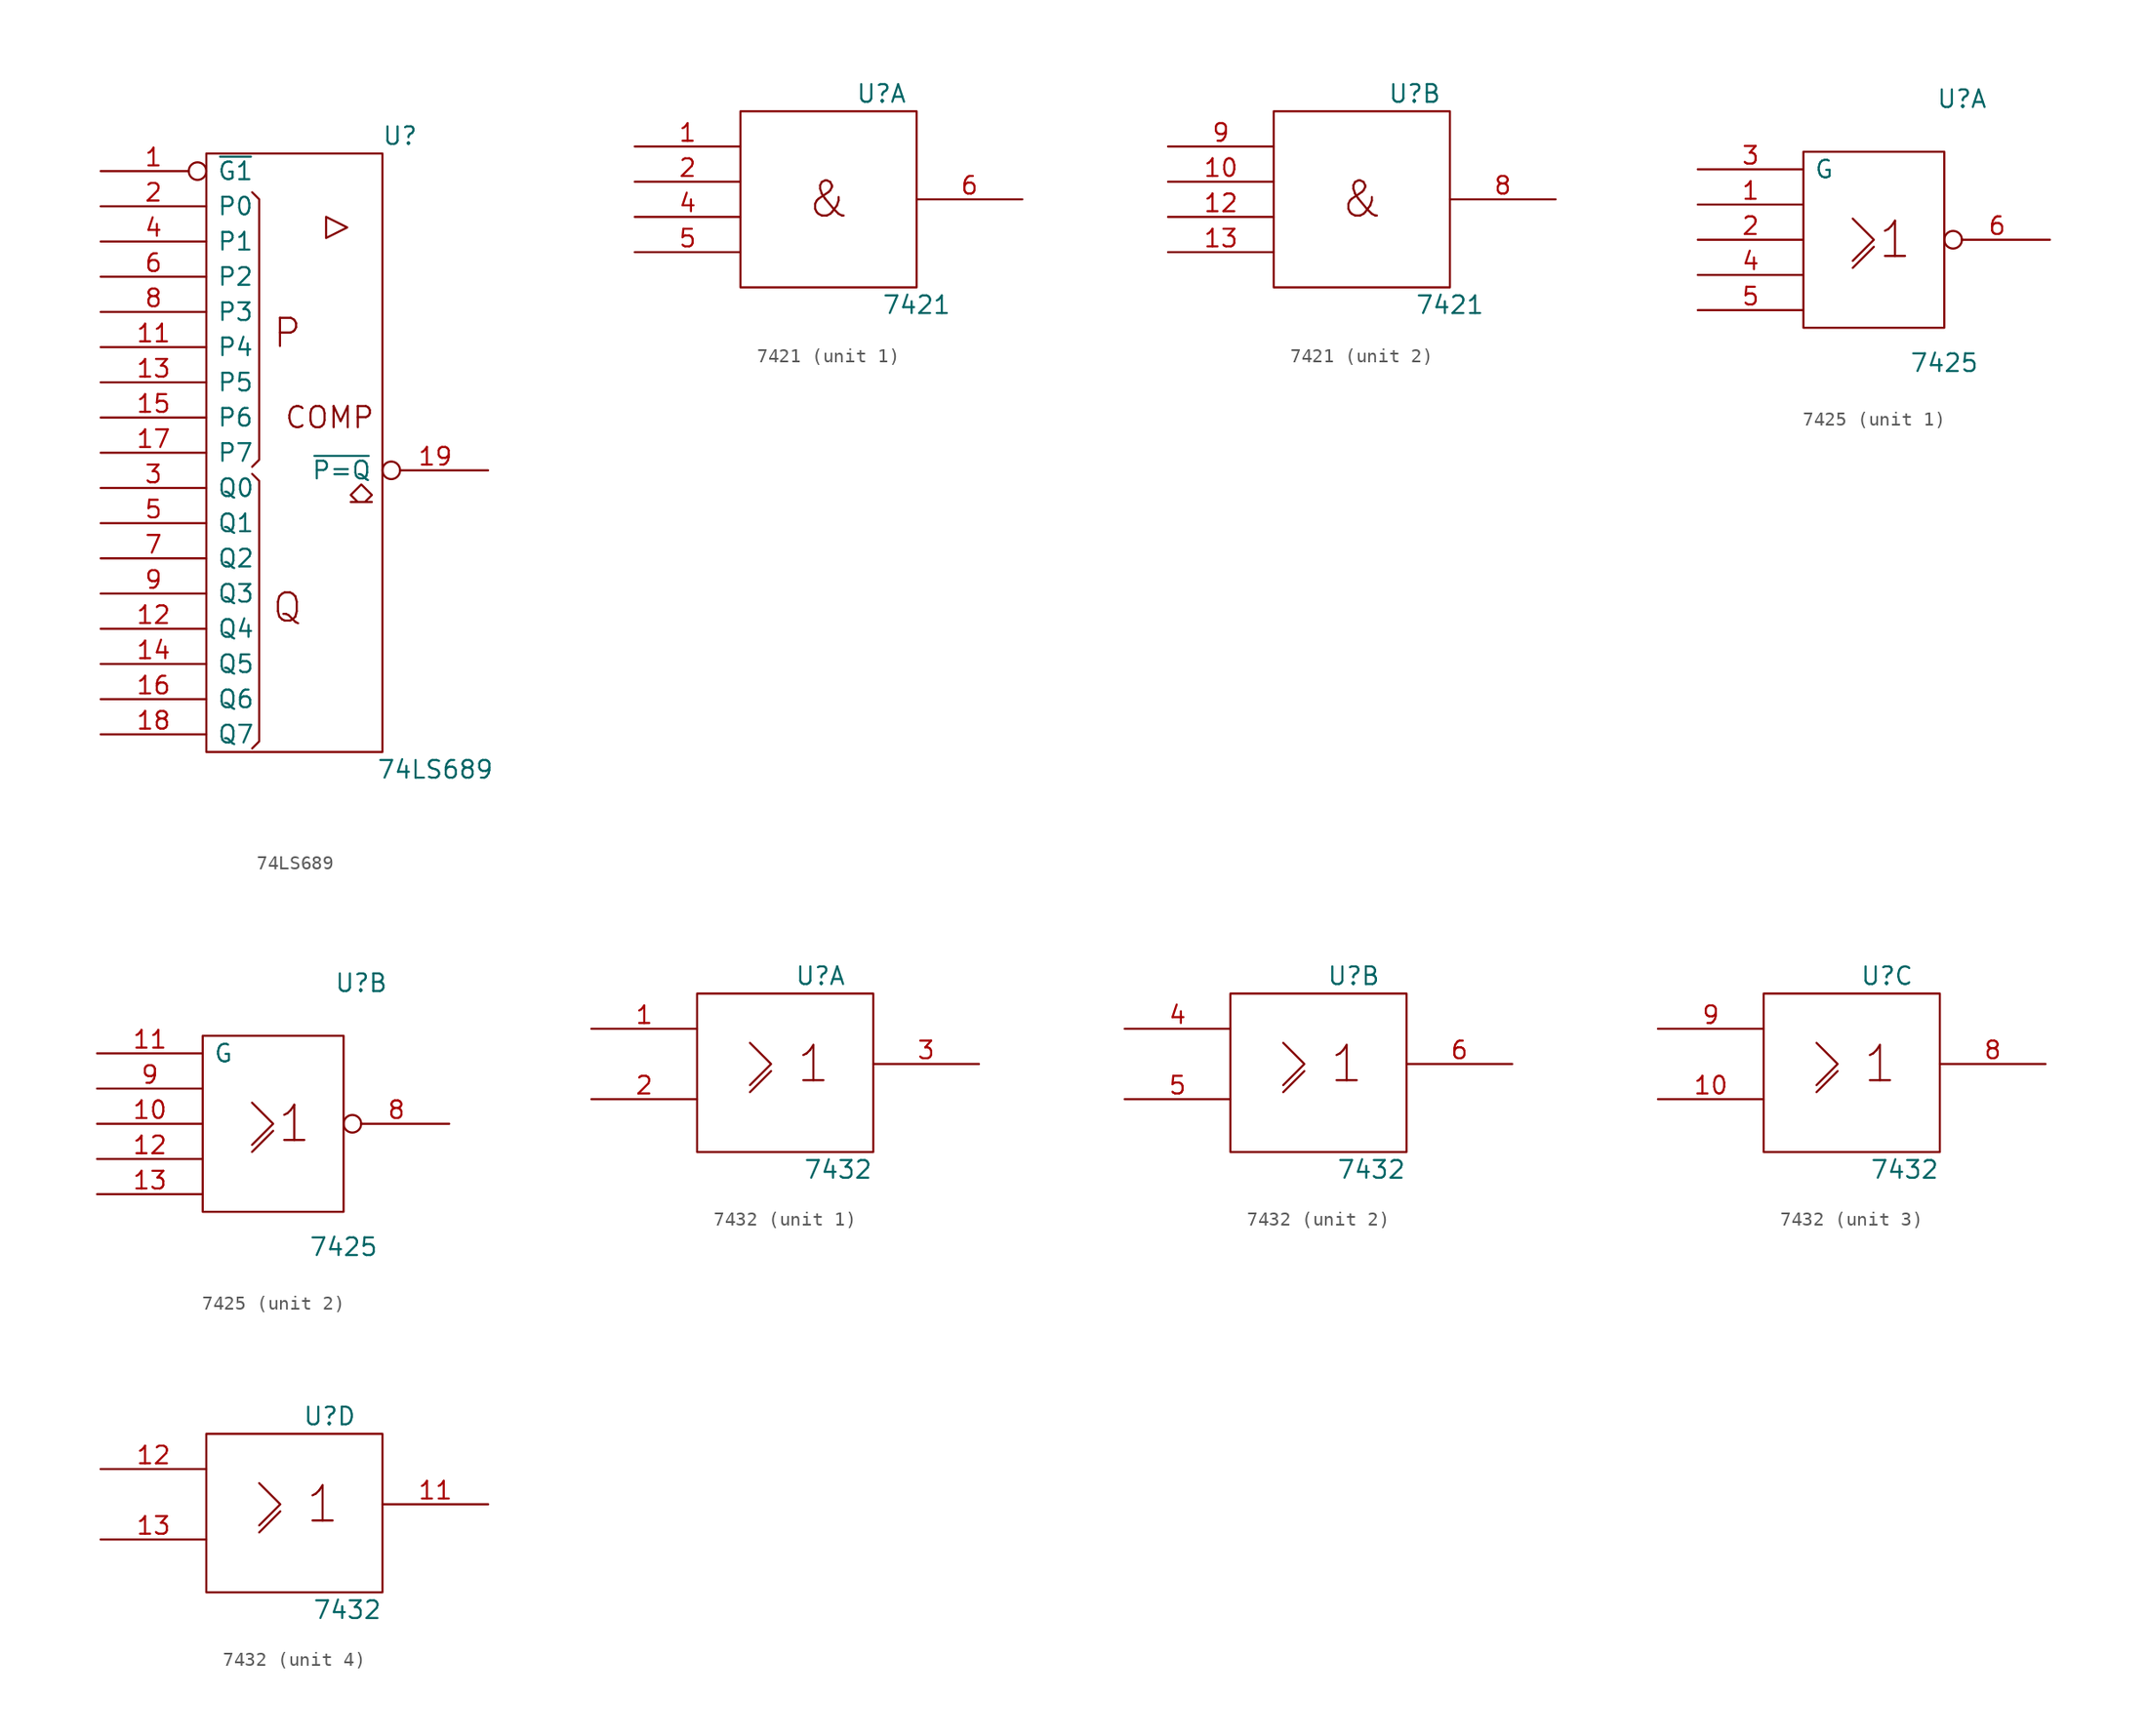
<source format=kicad_sym>
(kicad_symbol_lib
  (version 20201005)
  (generator kicad_symbol_editor)
  (symbol "74LS689"
    (pin_names
      (offset 0.762))
    (property "Reference" "U"
      (at 7.62 22.86 0)
      (effects (font (size 1.27 1.27))))
    (property "Value" "74LS689"
      (at 10.16 -22.86 0)
      (effects (font (size 1.27 1.27))))
    (symbol "74LS689_0_0"
      (text "Q" (at -0.508 -11.176 0) (effects (font (size 2.032 2.032))))
      (text "P" (at -0.508 8.636 0) (effects (font (size 2.032 2.032))))
      (text "COMP" (at 2.54 2.54 0) (effects (font (size 1.524 1.524))))
      (polyline (pts (xy 4.826 -2.286) (xy 5.588 -3.048) (xy 5.08 -3.556) (xy 5.588 -3.556) (xy 4.064 -3.556) (xy 4.572 -3.556) (xy 4.064 -3.048) (xy 4.826 -2.286) (xy 4.826 -2.286)) (stroke (width 0)) (fill (type none)))
      (polyline (pts (xy 2.286 17.018) (xy 2.286 15.494) (xy 3.81 16.256) (xy 2.286 17.018) (xy 2.286 17.018)) (stroke (width 0)) (fill (type none))))
    (symbol "74LS689_0_1"
      (rectangle (start -6.35 21.59) (end 6.35 -21.59) (stroke (width 0)) (fill (type none)))
      (polyline (pts (xy -3.048 -1.524) (xy -2.54 -2.032) (xy -2.54 -20.828) (xy -3.048 -21.336) (xy -3.048 -21.336)) (stroke (width 0)) (fill (type none)))
      (polyline (pts (xy -3.048 18.796) (xy -2.54 18.288) (xy -2.54 -0.508) (xy -3.048 -1.016) (xy -3.048 -1.016)) (stroke (width 0)) (fill (type none))))
    (symbol "74LS689_1_1"
      (pin power_in line (at 0 21.59 270) (length 0) hide (name "Vcc" (effects (font (size 1.27 1.27)))) (number "20" (effects (font (size 1.27 1.27)))))
      (pin output inverted (at 13.97 -1.27 180) (length 7.62) (name "~P=Q" (effects (font (size 1.27 1.27)))) (number "19" (effects (font (size 1.27 1.27)))))
      (pin input line (at -13.97 -20.32 0) (length 7.62) (name "Q7" (effects (font (size 1.27 1.27)))) (number "18" (effects (font (size 1.27 1.27)))))
      (pin input line (at -13.97 -17.78 0) (length 7.62) (name "Q6" (effects (font (size 1.27 1.27)))) (number "16" (effects (font (size 1.27 1.27)))))
      (pin input line (at -13.97 -15.24 0) (length 7.62) (name "Q5" (effects (font (size 1.27 1.27)))) (number "14" (effects (font (size 1.27 1.27)))))
      (pin input line (at -13.97 -12.7 0) (length 7.62) (name "Q4" (effects (font (size 1.27 1.27)))) (number "12" (effects (font (size 1.27 1.27)))))
      (pin input line (at -13.97 -10.16 0) (length 7.62) (name "Q3" (effects (font (size 1.27 1.27)))) (number "9" (effects (font (size 1.27 1.27)))))
      (pin input line (at -13.97 -7.62 0) (length 7.62) (name "Q2" (effects (font (size 1.27 1.27)))) (number "7" (effects (font (size 1.27 1.27)))))
      (pin input line (at -13.97 -5.08 0) (length 7.62) (name "Q1" (effects (font (size 1.27 1.27)))) (number "5" (effects (font (size 1.27 1.27)))))
      (pin input line (at -13.97 -2.54 0) (length 7.62) (name "Q0" (effects (font (size 1.27 1.27)))) (number "3" (effects (font (size 1.27 1.27)))))
      (pin input line (at -13.97 0 0) (length 7.62) (name "P7" (effects (font (size 1.27 1.27)))) (number "17" (effects (font (size 1.27 1.27)))))
      (pin input line (at -13.97 2.54 0) (length 7.62) (name "P6" (effects (font (size 1.27 1.27)))) (number "15" (effects (font (size 1.27 1.27)))))
      (pin input line (at -13.97 5.08 0) (length 7.62) (name "P5" (effects (font (size 1.27 1.27)))) (number "13" (effects (font (size 1.27 1.27)))))
      (pin input line (at -13.97 7.62 0) (length 7.62) (name "P4" (effects (font (size 1.27 1.27)))) (number "11" (effects (font (size 1.27 1.27)))))
      (pin input line (at -13.97 10.16 0) (length 7.62) (name "P3" (effects (font (size 1.27 1.27)))) (number "8" (effects (font (size 1.27 1.27)))))
      (pin input line (at -13.97 12.7 0) (length 7.62) (name "P2" (effects (font (size 1.27 1.27)))) (number "6" (effects (font (size 1.27 1.27)))))
      (pin input line (at -13.97 15.24 0) (length 7.62) (name "P1" (effects (font (size 1.27 1.27)))) (number "4" (effects (font (size 1.27 1.27)))))
      (pin input line (at -13.97 17.78 0) (length 7.62) (name "P0" (effects (font (size 1.27 1.27)))) (number "2" (effects (font (size 1.27 1.27)))))
      (pin output inverted (at -13.97 20.32 0) (length 7.62) (name "~G1" (effects (font (size 1.27 1.27)))) (number "1" (effects (font (size 1.27 1.27)))))
      (pin power_in line (at 0 -21.59 90) (length 0) hide (name "Gnd" (effects (font (size 1.27 1.27)))) (number "10" (effects (font (size 1.27 1.27)))))))
  (symbol "7421"
    (pin_names
      (offset 0.762))
    (property "Reference" "U"
      (at 3.81 7.62 0)
      (effects (font (size 1.27 1.27))))
    (property "Value" "7421"
      (at 6.35 -7.62 0)
      (effects (font (size 1.27 1.27))))
    (symbol "7421_0_0"
      (text "&" (at 0 0 0) (effects (font (size 2.54 2.54)))))
    (symbol "7421_0_1"
      (rectangle (start -6.35 6.35) (end 6.35 -6.35) (stroke (width 0)) (fill (type none)))
      (pin power_in line (at 0 6.35 270) (length 0) hide (name "Vcc" (effects (font (size 1.27 1.27)))) (number "14" (effects (font (size 1.27 1.27)))))
      (pin power_in line (at 0 -6.35 90) (length 0) hide (name "Gnd" (effects (font (size 1.27 1.27)))) (number "7" (effects (font (size 1.27 1.27))))))
    (symbol "7421_1_1"
      (pin output line (at 13.97 0 180) (length 7.62) (name "~" (effects (font (size 1.27 1.27)))) (number "6" (effects (font (size 1.27 1.27)))))
      (pin input line (at -13.97 -3.81 0) (length 7.62) (name "~" (effects (font (size 1.27 1.27)))) (number "5" (effects (font (size 1.27 1.27)))))
      (pin input line (at -13.97 -1.27 0) (length 7.62) (name "~" (effects (font (size 1.27 1.27)))) (number "4" (effects (font (size 1.27 1.27)))))
      (pin input line (at -13.97 1.27 0) (length 7.62) (name "~" (effects (font (size 1.27 1.27)))) (number "2" (effects (font (size 1.27 1.27)))))
      (pin input line (at -13.97 3.81 0) (length 7.62) (name "~" (effects (font (size 1.27 1.27)))) (number "1" (effects (font (size 1.27 1.27))))))
    (symbol "7421_2_1"
      (pin output line (at 13.97 0 180) (length 7.62) (name "~" (effects (font (size 1.27 1.27)))) (number "8" (effects (font (size 1.27 1.27)))))
      (pin input line (at -13.97 -3.81 0) (length 7.62) (name "~" (effects (font (size 1.27 1.27)))) (number "13" (effects (font (size 1.27 1.27)))))
      (pin input line (at -13.97 -1.27 0) (length 7.62) (name "~" (effects (font (size 1.27 1.27)))) (number "12" (effects (font (size 1.27 1.27)))))
      (pin input line (at -13.97 1.27 0) (length 7.62) (name "~" (effects (font (size 1.27 1.27)))) (number "10" (effects (font (size 1.27 1.27)))))
      (pin input line (at -13.97 3.81 0) (length 7.62) (name "~" (effects (font (size 1.27 1.27)))) (number "9" (effects (font (size 1.27 1.27)))))))
  (symbol "7425"
    (pin_names
      (offset 0.762))
    (property "Reference" "U"
      (at 6.35 10.16 0)
      (effects (font (size 1.27 1.27))))
    (property "Value" "7425"
      (at 5.08 -8.89 0)
      (effects (font (size 1.27 1.27))))
    (symbol "7425_0_0"
      (text "1" (at 1.524 0 0) (effects (font (size 2.54 2.54))))
      (polyline (pts (xy -1.524 -2.032) (xy 0 -0.508) (xy 0 -0.508)) (stroke (width 0)) (fill (type none)))
      (polyline (pts (xy -1.524 1.524) (xy 0 0) (xy -1.524 -1.524) (xy -1.524 -1.524)) (stroke (width 0)) (fill (type none))))
    (symbol "7425_0_1"
      (rectangle (start -5.08 6.35) (end 5.08 -6.35) (stroke (width 0)) (fill (type none)))
      (pin power_in line (at 0 6.35 270) (length 0) hide (name "Vcc" (effects (font (size 1.27 1.27)))) (number "14" (effects (font (size 1.27 1.27)))))
      (pin power_in line (at 0 -6.35 90) (length 0) hide (name "Gnd" (effects (font (size 1.27 1.27)))) (number "7" (effects (font (size 1.27 1.27))))))
    (symbol "7425_1_1"
      (pin output inverted (at 12.7 0 180) (length 7.62) (name "~" (effects (font (size 1.27 1.27)))) (number "6" (effects (font (size 1.27 1.27)))))
      (pin input line (at -12.7 -5.08 0) (length 7.62) (name "~" (effects (font (size 1.27 1.27)))) (number "5" (effects (font (size 1.27 1.27)))))
      (pin input line (at -12.7 -2.54 0) (length 7.62) (name "~" (effects (font (size 1.27 1.27)))) (number "4" (effects (font (size 1.27 1.27)))))
      (pin input line (at -12.7 0 0) (length 7.62) (name "~" (effects (font (size 1.27 1.27)))) (number "2" (effects (font (size 1.27 1.27)))))
      (pin input line (at -12.7 2.54 0) (length 7.62) (name "~" (effects (font (size 1.27 1.27)))) (number "1" (effects (font (size 1.27 1.27)))))
      (pin input line (at -12.7 5.08 0) (length 7.62) (name "G" (effects (font (size 1.27 1.27)))) (number "3" (effects (font (size 1.27 1.27))))))
    (symbol "7425_2_1"
      (pin output inverted (at 12.7 0 180) (length 7.62) (name "~" (effects (font (size 1.27 1.27)))) (number "8" (effects (font (size 1.27 1.27)))))
      (pin input line (at -12.7 -5.08 0) (length 7.62) (name "~" (effects (font (size 1.27 1.27)))) (number "13" (effects (font (size 1.27 1.27)))))
      (pin input line (at -12.7 -2.54 0) (length 7.62) (name "~" (effects (font (size 1.27 1.27)))) (number "12" (effects (font (size 1.27 1.27)))))
      (pin input line (at -12.7 0 0) (length 7.62) (name "~" (effects (font (size 1.27 1.27)))) (number "10" (effects (font (size 1.27 1.27)))))
      (pin input line (at -12.7 2.54 0) (length 7.62) (name "~" (effects (font (size 1.27 1.27)))) (number "9" (effects (font (size 1.27 1.27)))))
      (pin input line (at -12.7 5.08 0) (length 7.62) (name "G" (effects (font (size 1.27 1.27)))) (number "11" (effects (font (size 1.27 1.27)))))))
  (symbol "7432"
    (pin_names
      (offset 0.762))
    (property "Reference" "U"
      (at 2.54 6.35 0)
      (effects (font (size 1.27 1.27))))
    (property "Value" "7432"
      (at 3.81 -7.62 0)
      (effects (font (size 1.27 1.27))))
    (symbol "7432_0_1"
      (text "1" (at 2.032 0 0) (effects (font (size 2.54 2.54))))
      (rectangle (start -6.35 5.08) (end 6.35 -6.35) (stroke (width 0)) (fill (type none)))
      (polyline (pts (xy -2.54 -2.032) (xy -1.016 -0.508) (xy -1.016 -0.508)) (stroke (width 0)) (fill (type none)))
      (polyline (pts (xy -2.54 1.524) (xy -2.54 1.524) (xy -1.016 0) (xy -2.54 -1.524) (xy -2.54 -1.524)) (stroke (width 0)) (fill (type none)))
      (pin power_in line (at 0 5.08 270) (length 0) hide (name "Vcc" (effects (font (size 1.27 1.27)))) (number "14" (effects (font (size 1.27 1.27)))))
      (pin power_in line (at 0 -6.35 90) (length 0) hide (name "Gnd" (effects (font (size 1.27 1.27)))) (number "7" (effects (font (size 1.27 1.27))))))
    (symbol "7432_1_1"
      (pin output line (at 13.97 0 180) (length 7.62) (name "~" (effects (font (size 1.27 1.27)))) (number "3" (effects (font (size 1.27 1.27)))))
      (pin input line (at -13.97 -2.54 0) (length 7.62) (name "~" (effects (font (size 1.27 1.27)))) (number "2" (effects (font (size 1.27 1.27)))))
      (pin input line (at -13.97 2.54 0) (length 7.62) (name "~" (effects (font (size 1.27 1.27)))) (number "1" (effects (font (size 1.27 1.27))))))
    (symbol "7432_2_1"
      (pin output line (at 13.97 0 180) (length 7.62) (name "~" (effects (font (size 1.27 1.27)))) (number "6" (effects (font (size 1.27 1.27)))))
      (pin input line (at -13.97 -2.54 0) (length 7.62) (name "~" (effects (font (size 1.27 1.27)))) (number "5" (effects (font (size 1.27 1.27)))))
      (pin input line (at -13.97 2.54 0) (length 7.62) (name "~" (effects (font (size 1.27 1.27)))) (number "4" (effects (font (size 1.27 1.27))))))
    (symbol "7432_3_1"
      (pin output line (at 13.97 0 180) (length 7.62) (name "~" (effects (font (size 1.27 1.27)))) (number "8" (effects (font (size 1.27 1.27)))))
      (pin input line (at -13.97 -2.54 0) (length 7.62) (name "~" (effects (font (size 1.27 1.27)))) (number "10" (effects (font (size 1.27 1.27)))))
      (pin input line (at -13.97 2.54 0) (length 7.62) (name "~" (effects (font (size 1.27 1.27)))) (number "9" (effects (font (size 1.27 1.27))))))
    (symbol "7432_4_1"
      (pin output line (at 13.97 0 180) (length 7.62) (name "~" (effects (font (size 1.27 1.27)))) (number "11" (effects (font (size 1.27 1.27)))))
      (pin input line (at -13.97 -2.54 0) (length 7.62) (name "~" (effects (font (size 1.27 1.27)))) (number "13" (effects (font (size 1.27 1.27)))))
      (pin input line (at -13.97 2.54 0) (length 7.62) (name "~" (effects (font (size 1.27 1.27)))) (number "12" (effects (font (size 1.27 1.27))))))))
</source>
